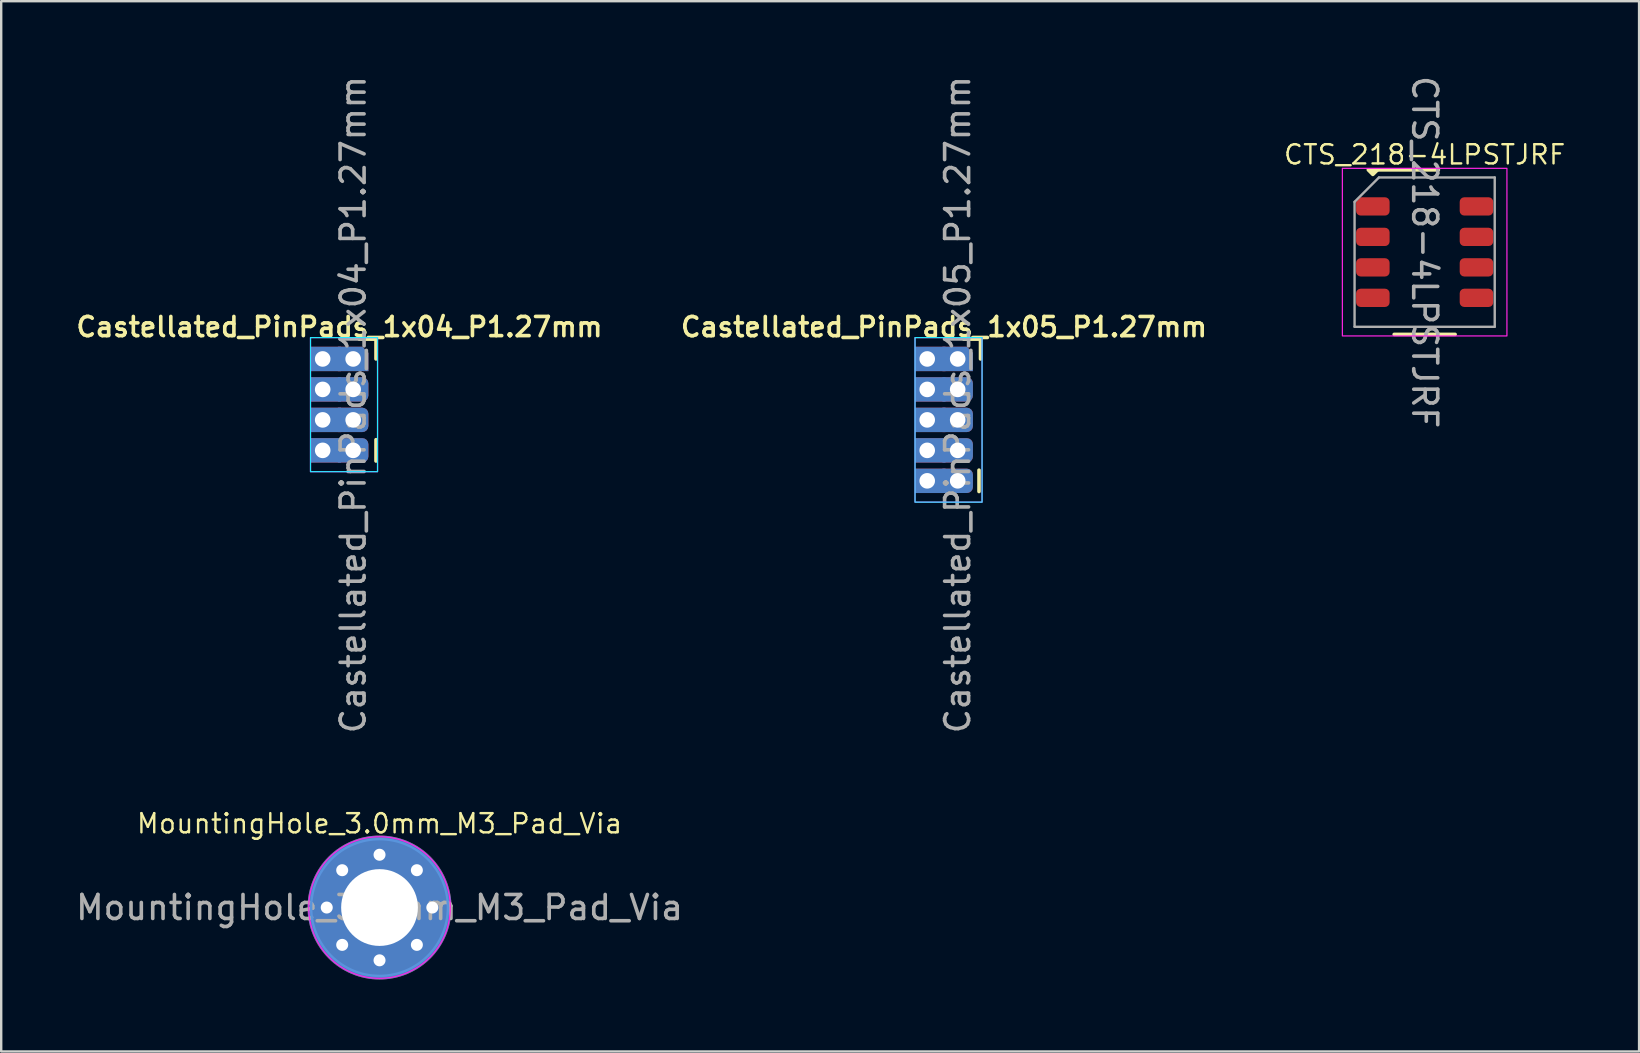
<source format=kicad_pcb>
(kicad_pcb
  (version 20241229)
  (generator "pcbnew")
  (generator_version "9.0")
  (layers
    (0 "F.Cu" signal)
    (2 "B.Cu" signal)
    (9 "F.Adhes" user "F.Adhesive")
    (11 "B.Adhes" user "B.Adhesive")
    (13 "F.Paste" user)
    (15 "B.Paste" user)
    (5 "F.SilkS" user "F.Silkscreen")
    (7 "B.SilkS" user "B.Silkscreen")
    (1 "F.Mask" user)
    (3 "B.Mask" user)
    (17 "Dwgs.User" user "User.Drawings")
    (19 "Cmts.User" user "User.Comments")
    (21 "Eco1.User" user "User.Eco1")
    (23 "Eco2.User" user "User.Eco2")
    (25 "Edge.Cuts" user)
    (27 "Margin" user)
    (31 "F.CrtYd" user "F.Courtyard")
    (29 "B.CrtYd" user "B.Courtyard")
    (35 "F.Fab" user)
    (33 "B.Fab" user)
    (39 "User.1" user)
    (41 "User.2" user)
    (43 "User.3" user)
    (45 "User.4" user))
  (footprint "Castellated_PinPads_1x04_P1.27mm"
    (layer "F.Cu")
    (at 11.034 13.815)
    (property "Reference" "Castellated_PinPads_1x04_P1.27mm" (at 0.064 -3.239 0) (unlocked yes) (layer "F.SilkS") (effects (font (size 0.8 0.8) (thickness 0.15))))
    (attr through_hole)
    (fp_line (start 1.587 -2.731) (end 0.889 -2.731) (stroke (width 0.15) (type default)) (layer "F.SilkS"))
    (fp_line (start 1.587 -2.731) (end 1.587 -1.905) (stroke (width 0.15) (type default)) (layer "F.SilkS"))
    (fp_line (start 1.587 1.46) (end 1.587 2.349) (stroke (width 0.15) (type default)) (layer "F.SilkS"))
    (fp_rect (start -1.143 -2.794) (end 1.651 2.794) (stroke (width 0.05) (type default)) (fill no) (layer "B.CrtYd"))
    (fp_rect (start -1.143 -2.794) (end 1.651 2.794) (stroke (width 0.05) (type default)) (fill no) (layer "F.CrtYd"))
    (fp_text user "${REFERENCE}" (at 0.635 0 90) (layer "F.Fab") (effects (font (size 1 1) (thickness 0.15))))
    (pad "1" thru_hole rect (at -0.635 -1.905) (size 1.27 1.016) (drill 0.65 (offset 0.127 0)) (property pad_prop_castellated) (layers "*.Cu" "*.Mask" "F.Paste"))
    (pad "1" thru_hole roundrect (at 0.635 -1.905) (size 1.27 1.016) (drill 0.65) (layers "*.Cu" "*.Mask" "F.Paste") (roundrect_rratio 0) (chamfer_ratio 0.25) (chamfer top_right))
    (pad "2" thru_hole rect (at -0.635 -0.635) (size 1.27 1.016) (drill 0.65 (offset 0.127 0)) (property pad_prop_castellated) (layers "*.Cu" "*.Mask" "F.Paste"))
    (pad "2" thru_hole roundrect (at 0.635 -0.635) (size 1.27 1.016) (drill 0.65) (layers "*.Cu" "*.Mask" "F.Paste") (roundrect_rratio 0.25) (chamfer_ratio 0) (chamfer top_left bottom_left))
    (pad "3" thru_hole rect (at -0.635 0.635) (size 1.27 1.016) (drill 0.65 (offset 0.127 0)) (property pad_prop_castellated) (layers "*.Cu" "*.Mask" "F.Paste"))
    (pad "3" thru_hole roundrect (at 0.635 0.635) (size 1.27 1.016) (drill 0.65) (layers "*.Cu" "*.Mask" "F.Paste") (roundrect_rratio 0.25) (chamfer_ratio 0) (chamfer top_left bottom_left))
    (pad "4" thru_hole rect (at -0.635 1.905) (size 1.27 1.016) (drill 0.65 (offset 0.127 0)) (property pad_prop_castellated) (layers "*.Cu" "*.Mask" "F.Paste"))
    (pad "4" thru_hole roundrect (at 0.635 1.905) (size 1.27 1.016) (drill 0.65) (layers "*.Cu" "*.Mask" "F.Paste") (roundrect_rratio 0.25) (chamfer_ratio 0) (chamfer top_left bottom_left)))
  (footprint "CTS_218-4LPSTJRF"
    (layer "F.Cu")
    (at 56.326 7.458)
    (property "Reference" "CTS_218-4LPSTJRF" (at 0 -4.064 0) (unlocked yes) (layer "F.SilkS") (effects (font (size 0.8 0.8) (thickness 0.1))))
    (attr smd)
    (fp_line (start -1.968 -3.429) (end 0.572 -3.429) (stroke (width 0.15) (type default)) (layer "F.SilkS"))
    (fp_line (start -1.27 3.429) (end 1.27 3.429) (stroke (width 0.15) (type default)) (layer "F.SilkS"))
    (fp_poly (pts (xy -2.159 -3.239) (xy -2.348 -3.429) (xy -1.967 -3.429)) (stroke (width 0.15) (type solid)) (fill yes) (layer "F.SilkS"))
    (fp_rect (start -3.429 -3.493) (end 3.429 3.493) (stroke (width 0.05) (type default)) (fill no) (layer "F.CrtYd"))
    (fp_line (start -2.921 -2.095) (end -1.905 -3.111) (stroke (width 0.1) (type default)) (layer "F.Fab"))
    (fp_line (start -2.921 3.111) (end -2.921 -2.095) (stroke (width 0.1) (type default)) (layer "F.Fab"))
    (fp_line (start -1.905 -3.111) (end 2.921 -3.111) (stroke (width 0.1) (type default)) (layer "F.Fab"))
    (fp_line (start 2.921 -3.111) (end 2.921 3.111) (stroke (width 0.1) (type default)) (layer "F.Fab"))
    (fp_line (start 2.921 3.111) (end -2.921 3.111) (stroke (width 0.1) (type default)) (layer "F.Fab"))
    (fp_text user "${REFERENCE}" (at 0 0 270) (unlocked yes) (layer "F.Fab") (effects (font (size 1 1) (thickness 0.15))))
    (pad "1" smd roundrect (at -2.159 -1.905) (size 1.397 0.762) (layers "F.Cu" "F.Mask" "F.Paste") (roundrect_rratio 0.25) (chamfer_ratio 0.25) (chamfer top_left))
    (pad "2" smd roundrect (at -2.159 -0.635) (size 1.397 0.762) (layers "F.Cu" "F.Mask" "F.Paste") (roundrect_rratio 0.25))
    (pad "3" smd roundrect (at -2.159 0.635) (size 1.397 0.762) (layers "F.Cu" "F.Mask" "F.Paste") (roundrect_rratio 0.25))
    (pad "4" smd roundrect (at -2.159 1.905) (size 1.397 0.762) (layers "F.Cu" "F.Mask" "F.Paste") (roundrect_rratio 0.25))
    (pad "5" smd roundrect (at 2.159 1.905) (size 1.397 0.762) (layers "F.Cu" "F.Mask" "F.Paste") (roundrect_rratio 0.25))
    (pad "6" smd roundrect (at 2.159 0.635) (size 1.397 0.762) (layers "F.Cu" "F.Mask" "F.Paste") (roundrect_rratio 0.25))
    (pad "7" smd roundrect (at 2.159 -0.635) (size 1.397 0.762) (layers "F.Cu" "F.Mask" "F.Paste") (roundrect_rratio 0.25))
    (pad "8" smd roundrect (at 2.159 -1.905) (size 1.397 0.762) (layers "F.Cu" "F.Mask" "F.Paste") (roundrect_rratio 0.25)))
  (footprint "MountingHole_3.0mm_M3_Pad_Via"
    (layer "F.Cu")
    (at 12.768 34.774)
    (property "Reference" "MountingHole_3.0mm_M3_Pad_Via" (at 0 -3.5 0) (unlocked yes) (layer "F.SilkS") (effects (font (size 0.8 0.8) (thickness 0.1))))
    (attr through_hole exclude_from_bom)
    (fp_circle (center 0 0) (end 2.85 0) (stroke (width 0.1) (type default)) (fill no) (layer "Cmts.User"))
    (fp_circle (center 0 0) (end 2.95 0) (stroke (width 0.05) (type default)) (fill no) (layer "F.CrtYd"))
    (fp_text user "${REFERENCE}" (at 0 0 0) (unlocked yes) (layer "F.Fab") (effects (font (size 1 1) (thickness 0.15))))
    (pad "1" thru_hole circle (at -2.2 0) (size 0.8 0.8) (drill 0.5) (layers "*.Cu" "*.Mask"))
    (pad "1" thru_hole circle (at -1.556 -1.556) (size 0.8 0.8) (drill 0.5) (layers "*.Cu" "*.Mask"))
    (pad "1" thru_hole circle (at -1.556 1.556) (size 0.8 0.8) (drill 0.5) (layers "*.Cu" "*.Mask"))
    (pad "1" thru_hole circle (at 0 -2.2) (size 0.8 0.8) (drill 0.5) (layers "*.Cu" "*.Mask"))
    (pad "1" thru_hole circle (at 0 0) (size 6 6) (drill 3.2) (layers "*.Cu" "*.Mask"))
    (pad "1" thru_hole circle (at 0 2.2) (size 0.8 0.8) (drill 0.5) (layers "*.Cu" "*.Mask"))
    (pad "1" thru_hole circle (at 1.556 -1.556) (size 0.8 0.8) (drill 0.5) (layers "*.Cu" "*.Mask"))
    (pad "1" thru_hole circle (at 1.556 1.556) (size 0.8 0.8) (drill 0.5) (layers "*.Cu" "*.Mask"))
    (pad "1" thru_hole circle (at 2.2 0) (size 0.8 0.8) (drill 0.5) (layers "*.Cu" "*.Mask")))
  (footprint "Castellated_PinPads_1x05_P1.27mm"
    (layer "F.Cu")
    (at 36.229 14.45)
    (property "Reference" "Castellated_PinPads_1x05_P1.27mm" (at 0.064 -3.873 0) (unlocked yes) (layer "F.SilkS") (effects (font (size 0.8 0.8) (thickness 0.15))))
    (attr through_hole)
    (fp_line (start 1.524 2.095) (end 1.524 2.985) (stroke (width 0.15) (type default)) (layer "F.SilkS"))
    (fp_line (start 1.587 -3.365) (end 0.889 -3.365) (stroke (width 0.15) (type default)) (layer "F.SilkS"))
    (fp_line (start 1.587 -3.365) (end 1.587 -2.54) (stroke (width 0.15) (type default)) (layer "F.SilkS"))
    (fp_rect (start -1.143 -3.429) (end 1.651 3.429) (stroke (width 0.05) (type default)) (fill no) (layer "B.CrtYd"))
    (fp_rect (start -1.143 -3.429) (end 1.651 3.429) (stroke (width 0.05) (type default)) (fill no) (layer "F.CrtYd"))
    (fp_text user "${REFERENCE}" (at 0.635 -0.635 90) (layer "F.Fab") (effects (font (size 1 1) (thickness 0.15))))
    (pad "1" thru_hole rect (at -0.635 -2.54) (size 1.27 1.016) (drill 0.65 (offset 0.127 0)) (property pad_prop_castellated) (layers "*.Cu" "*.Mask" "F.Paste"))
    (pad "1" thru_hole roundrect (at 0.635 -2.54) (size 1.27 1.016) (drill 0.65) (layers "*.Cu" "*.Mask" "F.Paste") (roundrect_rratio 0) (chamfer_ratio 0.25) (chamfer top_right))
    (pad "2" thru_hole rect (at -0.635 -1.27) (size 1.27 1.016) (drill 0.65 (offset 0.127 0)) (property pad_prop_castellated) (layers "*.Cu" "*.Mask" "F.Paste"))
    (pad "2" thru_hole roundrect (at 0.635 -1.27) (size 1.27 1.016) (drill 0.65) (layers "*.Cu" "*.Mask" "F.Paste") (roundrect_rratio 0.25) (chamfer_ratio 0) (chamfer top_left bottom_left))
    (pad "3" thru_hole rect (at -0.635 0) (size 1.27 1.016) (drill 0.65 (offset 0.127 0)) (property pad_prop_castellated) (layers "*.Cu" "*.Mask" "F.Paste"))
    (pad "3" thru_hole roundrect (at 0.635 0) (size 1.27 1.016) (drill 0.65) (layers "*.Cu" "*.Mask" "F.Paste") (roundrect_rratio 0.25) (chamfer_ratio 0) (chamfer top_left bottom_left))
    (pad "4" thru_hole rect (at -0.635 1.27) (size 1.27 1.016) (drill 0.65 (offset 0.127 0)) (property pad_prop_castellated) (layers "*.Cu" "*.Mask" "F.Paste"))
    (pad "4" thru_hole roundrect (at 0.635 1.27) (size 1.27 1.016) (drill 0.65) (layers "*.Cu" "*.Mask" "F.Paste") (roundrect_rratio 0.25) (chamfer_ratio 0) (chamfer top_left bottom_left))
    (pad "5" thru_hole rect (at -0.635 2.54) (size 1.27 1.016) (drill 0.65 (offset 0.127 0)) (property pad_prop_castellated) (layers "*.Cu" "*.Mask" "F.Paste"))
    (pad "5" thru_hole roundrect (at 0.635 2.54) (size 1.27 1.016) (drill 0.65) (layers "*.Cu" "*.Mask" "F.Paste") (roundrect_rratio 0.25) (chamfer_ratio 0) (chamfer top_left bottom_left)))
  (gr_rect
    (start -3 -3)
    (end 65.263 40.774)
    (stroke (width 0.1) (type default))
    (fill no)
    (layer "Edge.Cuts")))
</source>
